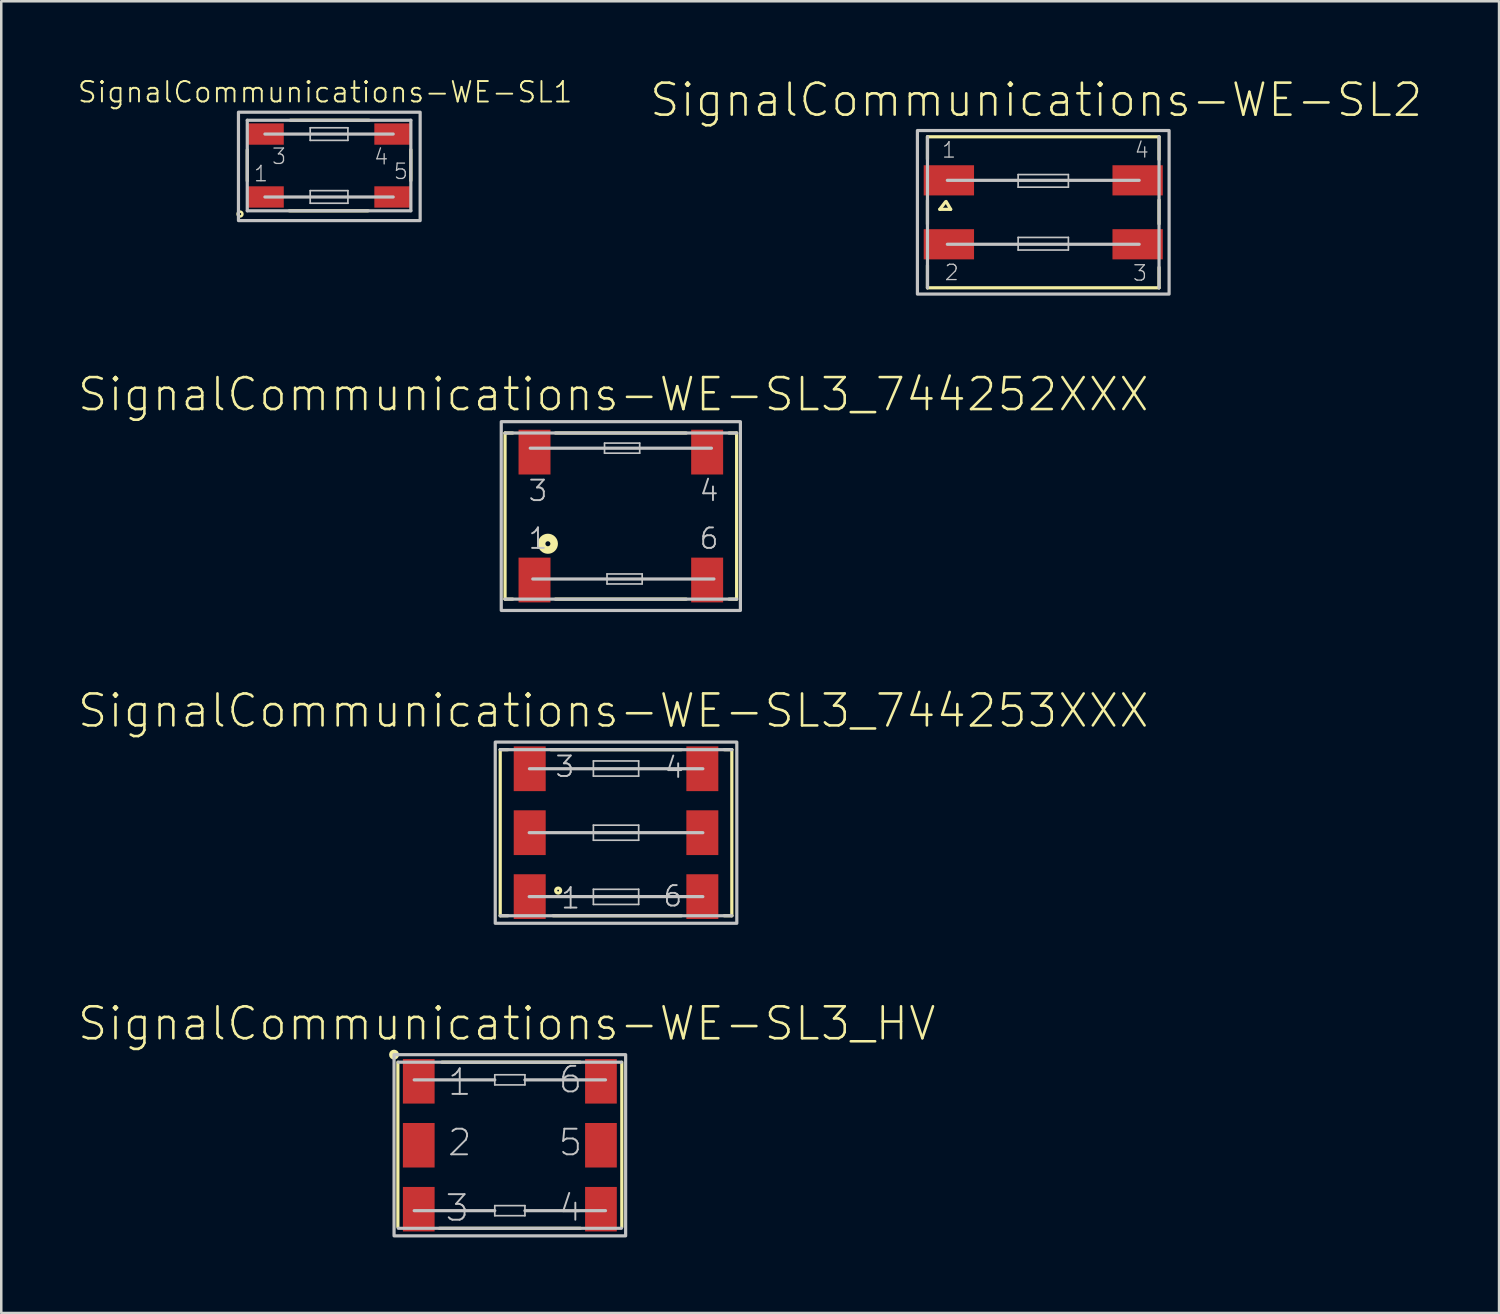
<source format=kicad_pcb>
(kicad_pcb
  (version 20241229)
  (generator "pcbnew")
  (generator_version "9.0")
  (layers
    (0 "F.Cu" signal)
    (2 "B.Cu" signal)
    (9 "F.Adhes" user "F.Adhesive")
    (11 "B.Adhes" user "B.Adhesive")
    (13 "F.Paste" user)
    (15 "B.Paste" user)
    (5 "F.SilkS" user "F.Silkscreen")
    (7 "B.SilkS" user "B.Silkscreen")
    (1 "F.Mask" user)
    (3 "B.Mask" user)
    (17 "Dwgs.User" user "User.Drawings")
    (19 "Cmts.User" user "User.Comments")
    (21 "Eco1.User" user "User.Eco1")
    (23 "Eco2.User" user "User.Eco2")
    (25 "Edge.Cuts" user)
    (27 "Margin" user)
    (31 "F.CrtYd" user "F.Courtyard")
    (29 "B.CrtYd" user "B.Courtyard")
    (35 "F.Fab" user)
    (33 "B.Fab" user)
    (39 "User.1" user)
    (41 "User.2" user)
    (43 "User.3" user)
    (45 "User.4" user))
  (footprint "SignalCommunications-WE-SL2"
    (layer "F.Cu")
    (at 38.394 5.384)
    (property "Reference" "SignalCommunications-WE-SL2" (at -0.279 -4.463 0) (layer "F.SilkS") (effects (font (size 1.27 1.27) (thickness 0.102))))
    (attr smd)
    (fp_line (start -4.6 -2.108) (end -4.6 -3) (stroke (width 0.127) (type solid)) (layer "F.SilkS"))
    (fp_line (start -4.6 -0.478) (end -4.6 0.47) (stroke (width 0.127) (type solid)) (layer "F.SilkS"))
    (fp_line (start -4.6 2.108) (end -4.6 3) (stroke (width 0.127) (type solid)) (layer "F.SilkS"))
    (fp_line (start -4.6 3) (end 4.6 3) (stroke (width 0.127) (type solid)) (layer "F.SilkS"))
    (fp_line (start -4.11 -0.119) (end -3.678 -0.119) (stroke (width 0.127) (type solid)) (layer "F.SilkS"))
    (fp_line (start -3.889 -0.409) (end -4.11 -0.119) (stroke (width 0.127) (type solid)) (layer "F.SilkS"))
    (fp_line (start -3.678 -0.119) (end -3.858 -0.429) (stroke (width 0.127) (type solid)) (layer "F.SilkS"))
    (fp_line (start 4.6 -3) (end -4.6 -3) (stroke (width 0.127) (type solid)) (layer "F.SilkS"))
    (fp_line (start 4.6 -2.098) (end 4.6 -3) (stroke (width 0.127) (type solid)) (layer "F.SilkS"))
    (fp_line (start 4.6 -0.488) (end 4.6 0.46) (stroke (width 0.127) (type solid)) (layer "F.SilkS"))
    (fp_line (start 4.6 2.189) (end 4.6 3) (stroke (width 0.127) (type solid)) (layer "F.SilkS"))
    (fp_line (start -4.6 -3) (end -4.6 3) (stroke (width 0.127) (type solid)) (layer "Dwgs.User"))
    (fp_line (start -0.998 -1.499) (end 0.998 -1.499) (stroke (width 0.066) (type solid)) (layer "Dwgs.User"))
    (fp_line (start -0.998 -0.998) (end -0.998 -1.499) (stroke (width 0.066) (type solid)) (layer "Dwgs.User"))
    (fp_line (start -0.998 -0.998) (end 0.998 -0.998) (stroke (width 0.066) (type solid)) (layer "Dwgs.User"))
    (fp_line (start -0.998 0.998) (end 0.998 0.998) (stroke (width 0.066) (type solid)) (layer "Dwgs.User"))
    (fp_line (start -0.998 1.499) (end -0.998 0.998) (stroke (width 0.066) (type solid)) (layer "Dwgs.User"))
    (fp_line (start -0.998 1.499) (end 0.998 1.499) (stroke (width 0.066) (type solid)) (layer "Dwgs.User"))
    (fp_line (start 0.998 -0.998) (end 0.998 -1.499) (stroke (width 0.066) (type solid)) (layer "Dwgs.User"))
    (fp_line (start 0.998 1.499) (end 0.998 0.998) (stroke (width 0.066) (type solid)) (layer "Dwgs.User"))
    (fp_line (start 3.81 -1.27) (end -3.81 -1.27) (stroke (width 0.127) (type solid)) (layer "Dwgs.User"))
    (fp_line (start 3.81 1.27) (end -3.81 1.27) (stroke (width 0.127) (type solid)) (layer "Dwgs.User"))
    (fp_line (start 4.6 3) (end 4.6 -3) (stroke (width 0.127) (type solid)) (layer "Dwgs.User"))
    (fp_poly (pts (xy -4.999 -3.249) (xy 4.999 -3.249) (xy 4.999 3.249) (xy -4.999 3.249) (xy -4.999 -3.249)) (stroke (width 0.127) (type solid)) (fill no) (layer "Dwgs.User"))
    (fp_text user "3" (at 3.843 2.413 0) (layer "Dwgs.User") (effects (font (size 0.61 0.61) (thickness 0.051))))
    (fp_text user "4" (at 3.914 -2.474 0) (layer "Dwgs.User") (effects (font (size 0.61 0.61) (thickness 0.051))))
    (fp_text user "1" (at -3.744 -2.474 0) (layer "Dwgs.User") (effects (font (size 0.61 0.61) (thickness 0.051))))
    (fp_text user "2" (at -3.635 2.393 0) (layer "Dwgs.User") (effects (font (size 0.61 0.61) (thickness 0.051))))
    (pad "1" smd rect (at -3.749 -1.27 180) (size 1.999 1.199) (layers "F.Cu" "F.Mask" "F.Paste"))
    (pad "2" smd rect (at -3.749 1.27 180) (size 1.999 1.199) (layers "F.Cu" "F.Mask" "F.Paste"))
    (pad "3" smd rect (at 3.749 1.27 180) (size 1.999 1.199) (layers "F.Cu" "F.Mask" "F.Paste"))
    (pad "4" smd rect (at 3.749 -1.27 180) (size 1.999 1.199) (layers "F.Cu" "F.Mask" "F.Paste")))
  (footprint "SignalCommunications-WE-SL3_744252XXX"
    (layer "F.Cu")
    (at 21.613 17.451)
    (property "Reference" "SignalCommunications-WE-SL3_744252XXX" (at -0.3 -4.834 0) (layer "F.SilkS") (effects (font (size 1.27 1.27) (thickness 0.102))))
    (attr smd)
    (fp_line (start -4.6 -3.299) (end -4.6 3.299) (stroke (width 0.127) (type solid)) (layer "F.SilkS"))
    (fp_line (start -4.298 -3.299) (end -4.6 -3.299) (stroke (width 0.127) (type solid)) (layer "F.SilkS"))
    (fp_line (start -4.298 3.299) (end -4.6 3.299) (stroke (width 0.127) (type solid)) (layer "F.SilkS"))
    (fp_line (start -2.598 -3.299) (end 2.598 -3.299) (stroke (width 0.127) (type solid)) (layer "F.SilkS"))
    (fp_line (start -2.598 3.299) (end 2.598 3.299) (stroke (width 0.127) (type solid)) (layer "F.SilkS"))
    (fp_line (start 4.298 -3.299) (end 4.6 -3.299) (stroke (width 0.127) (type solid)) (layer "F.SilkS"))
    (fp_line (start 4.298 3.299) (end 4.6 3.299) (stroke (width 0.127) (type solid)) (layer "F.SilkS"))
    (fp_line (start 4.6 -3.299) (end 4.6 3.299) (stroke (width 0.127) (type solid)) (layer "F.SilkS"))
    (fp_circle (center -2.898 1.1) (end -2.898 1.001) (stroke (width 0.3) (type solid)) (fill no) (layer "F.SilkS"))
    (fp_line (start -4.6 -3.299) (end 4.6 -3.299) (stroke (width 0.127) (type solid)) (layer "Dwgs.User"))
    (fp_line (start -4.6 3.299) (end 4.6 3.299) (stroke (width 0.127) (type solid)) (layer "Dwgs.User"))
    (fp_line (start -3.599 -2.697) (end 3.599 -2.697) (stroke (width 0.127) (type solid)) (layer "Dwgs.User"))
    (fp_line (start -3.498 2.499) (end 3.698 2.499) (stroke (width 0.127) (type solid)) (layer "Dwgs.User"))
    (fp_line (start -0.648 -2.898) (end 0.749 -2.898) (stroke (width 0.066) (type solid)) (layer "Dwgs.User"))
    (fp_line (start -0.648 -2.499) (end -0.648 -2.898) (stroke (width 0.066) (type solid)) (layer "Dwgs.User"))
    (fp_line (start -0.648 -2.499) (end 0.749 -2.499) (stroke (width 0.066) (type solid)) (layer "Dwgs.User"))
    (fp_line (start -0.549 2.299) (end 0.848 2.299) (stroke (width 0.066) (type solid)) (layer "Dwgs.User"))
    (fp_line (start -0.549 2.697) (end -0.549 2.299) (stroke (width 0.066) (type solid)) (layer "Dwgs.User"))
    (fp_line (start -0.549 2.697) (end 0.848 2.697) (stroke (width 0.066) (type solid)) (layer "Dwgs.User"))
    (fp_line (start 0.749 -2.499) (end 0.749 -2.898) (stroke (width 0.066) (type solid)) (layer "Dwgs.User"))
    (fp_line (start 0.848 2.697) (end 0.848 2.299) (stroke (width 0.066) (type solid)) (layer "Dwgs.User"))
    (fp_poly (pts (xy -4.75 -3.749) (xy 4.75 -3.749) (xy 4.75 3.749) (xy -4.75 3.749) (xy -4.75 -3.749)) (stroke (width 0.127) (type solid)) (fill no) (layer "Dwgs.User"))
    (fp_text user "4" (at 3.505 -1.006 0) (layer "Dwgs.User") (effects (font (size 0.813 0.813) (thickness 0.076))))
    (fp_text user "3" (at -3.292 -1.006 0) (layer "Dwgs.User") (effects (font (size 0.813 0.813) (thickness 0.076))))
    (fp_text user "1" (at -3.292 0.892 0) (layer "Dwgs.User") (effects (font (size 0.813 0.813) (thickness 0.076))))
    (fp_text user "6" (at 3.505 0.892 0) (layer "Dwgs.User") (effects (font (size 0.813 0.813) (thickness 0.076))))
    (pad "1" smd rect (at -3.429 2.54 180) (size 1.27 1.778) (layers "F.Cu" "F.Mask" "F.Paste"))
    (pad "3" smd rect (at -3.429 -2.54 180) (size 1.27 1.778) (layers "F.Cu" "F.Mask" "F.Paste"))
    (pad "4" smd rect (at 3.429 -2.54 180) (size 1.27 1.778) (layers "F.Cu" "F.Mask" "F.Paste"))
    (pad "6" smd rect (at 3.429 2.54 180) (size 1.27 1.778) (layers "F.Cu" "F.Mask" "F.Paste")))
  (footprint "SignalCommunications-WE-SL1"
    (layer "F.Cu")
    (at 10.022 3.525)
    (property "Reference" "SignalCommunications-WE-SL1" (at -0.157 -2.916 0) (layer "F.SilkS") (effects (font (size 0.813 0.813) (thickness 0.076))))
    (attr smd)
    (fp_line (start -3.249 -0.62) (end -3.249 0.61) (stroke (width 0.127) (type solid)) (layer "F.SilkS"))
    (fp_line (start -1.58 1.798) (end 1.549 1.798) (stroke (width 0.127) (type solid)) (layer "F.SilkS"))
    (fp_line (start -1.539 -1.798) (end 1.587 -1.798) (stroke (width 0.127) (type solid)) (layer "F.SilkS"))
    (fp_line (start 3.249 -0.63) (end 3.249 0.599) (stroke (width 0.127) (type solid)) (layer "F.SilkS"))
    (fp_circle (center -3.538 1.928) (end -3.538 1.88) (stroke (width 0.099) (type solid)) (fill no) (layer "F.SilkS"))
    (fp_line (start -3.249 -1.798) (end 3.249 -1.798) (stroke (width 0.127) (type solid)) (layer "Dwgs.User"))
    (fp_line (start -3.249 1.798) (end -3.249 -1.798) (stroke (width 0.127) (type solid)) (layer "Dwgs.User"))
    (fp_line (start -2.548 -1.25) (end 2.548 -1.25) (stroke (width 0.127) (type solid)) (layer "Dwgs.User"))
    (fp_line (start -2.548 1.25) (end 2.548 1.25) (stroke (width 0.127) (type solid)) (layer "Dwgs.User"))
    (fp_line (start -0.749 -1.499) (end 0.749 -1.499) (stroke (width 0.066) (type solid)) (layer "Dwgs.User"))
    (fp_line (start -0.749 -0.998) (end -0.749 -1.499) (stroke (width 0.066) (type solid)) (layer "Dwgs.User"))
    (fp_line (start -0.749 -0.998) (end 0.749 -0.998) (stroke (width 0.066) (type solid)) (layer "Dwgs.User"))
    (fp_line (start -0.749 0.998) (end 0.749 0.998) (stroke (width 0.066) (type solid)) (layer "Dwgs.User"))
    (fp_line (start -0.749 1.499) (end -0.749 0.998) (stroke (width 0.066) (type solid)) (layer "Dwgs.User"))
    (fp_line (start -0.749 1.499) (end 0.749 1.499) (stroke (width 0.066) (type solid)) (layer "Dwgs.User"))
    (fp_line (start 0.749 -0.998) (end 0.749 -1.499) (stroke (width 0.066) (type solid)) (layer "Dwgs.User"))
    (fp_line (start 0.749 1.499) (end 0.749 0.998) (stroke (width 0.066) (type solid)) (layer "Dwgs.User"))
    (fp_line (start 3.249 -1.798) (end 3.249 1.798) (stroke (width 0.127) (type solid)) (layer "Dwgs.User"))
    (fp_line (start 3.249 1.798) (end -3.249 1.798) (stroke (width 0.127) (type solid)) (layer "Dwgs.User"))
    (fp_poly (pts (xy -3.599 -2.118) (xy 3.619 -2.118) (xy 3.619 2.189) (xy -3.599 2.189) (xy -3.599 -2.118)) (stroke (width 0.127) (type solid)) (fill no) (layer "Dwgs.User"))
    (fp_text user "5" (at 2.852 0.234 0) (layer "Dwgs.User") (effects (font (size 0.61 0.61) (thickness 0.051))))
    (fp_text user "4" (at 2.073 -0.343 0) (layer "Dwgs.User") (effects (font (size 0.61 0.61) (thickness 0.051))))
    (fp_text user "1" (at -2.705 0.325 0) (layer "Dwgs.User") (effects (font (size 0.61 0.61) (thickness 0.051))))
    (fp_text user "3" (at -1.984 -0.363 0) (layer "Dwgs.User") (effects (font (size 0.61 0.61) (thickness 0.051))))
    (pad "1" smd rect (at -2.548 1.25) (size 1.499 0.848) (layers "F.Cu" "F.Mask" "F.Paste"))
    (pad "3" smd rect (at -2.548 -1.25) (size 1.499 0.848) (layers "F.Cu" "F.Mask" "F.Paste"))
    (pad "4" smd rect (at 2.548 -1.25) (size 1.499 0.848) (layers "F.Cu" "F.Mask" "F.Paste"))
    (pad "5" smd rect (at 2.548 1.25) (size 1.499 0.848) (layers "F.Cu" "F.Mask" "F.Paste")))
  (footprint "SignalCommunications-WE-SL3_744253XXX"
    (layer "F.Cu")
    (at 21.422 30.029)
    (property "Reference" "SignalCommunications-WE-SL3_744253XXX" (at -0.109 -4.844 0) (layer "F.SilkS") (effects (font (size 1.27 1.27) (thickness 0.102))))
    (attr smd)
    (fp_line (start -4.6 3.299) (end -4.6 -3.299) (stroke (width 0.127) (type solid)) (layer "F.SilkS"))
    (fp_line (start -4.298 -3.299) (end -4.6 -3.299) (stroke (width 0.127) (type solid)) (layer "F.SilkS"))
    (fp_line (start -4.298 3.299) (end -4.6 3.299) (stroke (width 0.127) (type solid)) (layer "F.SilkS"))
    (fp_line (start -2.598 -3.299) (end 2.598 -3.299) (stroke (width 0.127) (type solid)) (layer "F.SilkS"))
    (fp_line (start -2.499 3.299) (end 2.598 3.299) (stroke (width 0.127) (type solid)) (layer "F.SilkS"))
    (fp_line (start 4.298 -3.299) (end 4.6 -3.299) (stroke (width 0.127) (type solid)) (layer "F.SilkS"))
    (fp_line (start 4.298 3.299) (end 4.6 3.299) (stroke (width 0.127) (type solid)) (layer "F.SilkS"))
    (fp_line (start 4.6 -3.299) (end 4.6 3.299) (stroke (width 0.127) (type solid)) (layer "F.SilkS"))
    (fp_circle (center -2.299 2.299) (end -2.299 2.2) (stroke (width 0.127) (type solid)) (fill no) (layer "F.SilkS"))
    (fp_line (start -4.6 -3.299) (end 4.6 -3.299) (stroke (width 0.127) (type solid)) (layer "Dwgs.User"))
    (fp_line (start -3.449 0) (end 3.449 0) (stroke (width 0.127) (type solid)) (layer "Dwgs.User"))
    (fp_line (start -3.449 2.54) (end 3.449 2.54) (stroke (width 0.127) (type solid)) (layer "Dwgs.User"))
    (fp_line (start -3.439 -2.54) (end 3.449 -2.54) (stroke (width 0.127) (type solid)) (layer "Dwgs.User"))
    (fp_line (start -0.899 -2.85) (end 0.899 -2.85) (stroke (width 0.066) (type solid)) (layer "Dwgs.User"))
    (fp_line (start -0.899 -2.248) (end -0.899 -2.85) (stroke (width 0.066) (type solid)) (layer "Dwgs.User"))
    (fp_line (start -0.899 -2.248) (end 0.899 -2.248) (stroke (width 0.066) (type solid)) (layer "Dwgs.User"))
    (fp_line (start -0.899 -0.3) (end 0.899 -0.3) (stroke (width 0.066) (type solid)) (layer "Dwgs.User"))
    (fp_line (start -0.899 0.3) (end -0.899 -0.3) (stroke (width 0.066) (type solid)) (layer "Dwgs.User"))
    (fp_line (start -0.899 0.3) (end 0.899 0.3) (stroke (width 0.066) (type solid)) (layer "Dwgs.User"))
    (fp_line (start -0.899 2.248) (end 0.899 2.248) (stroke (width 0.066) (type solid)) (layer "Dwgs.User"))
    (fp_line (start -0.899 2.85) (end -0.899 2.248) (stroke (width 0.066) (type solid)) (layer "Dwgs.User"))
    (fp_line (start -0.899 2.85) (end 0.899 2.85) (stroke (width 0.066) (type solid)) (layer "Dwgs.User"))
    (fp_line (start 0.899 -2.248) (end 0.899 -2.85) (stroke (width 0.066) (type solid)) (layer "Dwgs.User"))
    (fp_line (start 0.899 0.3) (end 0.899 -0.3) (stroke (width 0.066) (type solid)) (layer "Dwgs.User"))
    (fp_line (start 0.899 2.85) (end 0.899 2.248) (stroke (width 0.066) (type solid)) (layer "Dwgs.User"))
    (fp_line (start 4.6 3.299) (end -4.6 3.299) (stroke (width 0.127) (type solid)) (layer "Dwgs.User"))
    (fp_poly (pts (xy -4.798 -3.599) (xy 4.798 -3.599) (xy 4.798 3.599) (xy -4.798 3.599) (xy -4.798 -3.599)) (stroke (width 0.127) (type solid)) (fill no) (layer "Dwgs.User"))
    (fp_text user "3" (at -2.032 -2.626 0) (layer "Dwgs.User") (effects (font (size 0.813 0.813) (thickness 0.076))))
    (fp_text user "1" (at -1.803 2.603 0) (layer "Dwgs.User") (effects (font (size 0.813 0.813) (thickness 0.076))))
    (fp_text user "4" (at 2.314 -2.586 0) (layer "Dwgs.User") (effects (font (size 0.813 0.813) (thickness 0.076))))
    (fp_text user "6" (at 2.256 2.522 0) (layer "Dwgs.User") (effects (font (size 0.813 0.813) (thickness 0.076))))
    (pad "1" smd rect (at -3.429 2.54) (size 1.27 1.778) (layers "F.Cu" "F.Mask" "F.Paste"))
    (pad "2" smd rect (at -3.429 0) (size 1.27 1.778) (layers "F.Cu" "F.Mask" "F.Paste"))
    (pad "3" smd rect (at -3.429 -2.54) (size 1.27 1.778) (layers "F.Cu" "F.Mask" "F.Paste"))
    (pad "4" smd rect (at 3.429 -2.54) (size 1.27 1.778) (layers "F.Cu" "F.Mask" "F.Paste"))
    (pad "5" smd rect (at 3.429 0) (size 1.27 1.778) (layers "F.Cu" "F.Mask" "F.Paste"))
    (pad "6" smd rect (at 3.429 2.54) (size 1.27 1.778) (layers "F.Cu" "F.Mask" "F.Paste")))
  (footprint "SignalCommunications-WE-SL3_HV"
    (layer "F.Cu")
    (at 17.204 42.446)
    (property "Reference" "SignalCommunications-WE-SL3_HV" (at -0.124 -4.834 0) (layer "F.SilkS") (effects (font (size 1.27 1.27) (thickness 0.102))))
    (attr smd)
    (fp_line (start -4.448 -3.299) (end -4.448 3.249) (stroke (width 0.127) (type solid)) (layer "F.SilkS"))
    (fp_line (start -2.799 3.299) (end 2.799 3.299) (stroke (width 0.127) (type solid)) (layer "F.SilkS"))
    (fp_line (start -2.697 -3.299) (end 2.799 -3.299) (stroke (width 0.127) (type solid)) (layer "F.SilkS"))
    (fp_line (start 4.448 -3.299) (end 4.448 3.249) (stroke (width 0.127) (type solid)) (layer "F.SilkS"))
    (fp_circle (center -4.6 -3.599) (end -4.6 -3.698) (stroke (width 0.198) (type solid)) (fill no) (layer "F.SilkS"))
    (fp_line (start -4.43 -3.299) (end 4.43 -3.299) (stroke (width 0.127) (type solid)) (layer "Dwgs.User"))
    (fp_line (start -3.8 -2.598) (end -0.599 -2.598) (stroke (width 0.127) (type solid)) (layer "Dwgs.User"))
    (fp_line (start -3.8 2.598) (end -0.599 2.598) (stroke (width 0.127) (type solid)) (layer "Dwgs.User"))
    (fp_line (start -0.599 -2.799) (end 0.599 -2.799) (stroke (width 0.066) (type solid)) (layer "Dwgs.User"))
    (fp_line (start -0.599 -2.398) (end -0.599 -2.799) (stroke (width 0.066) (type solid)) (layer "Dwgs.User"))
    (fp_line (start -0.599 -2.398) (end 0.599 -2.398) (stroke (width 0.066) (type solid)) (layer "Dwgs.User"))
    (fp_line (start -0.599 2.398) (end 0.599 2.398) (stroke (width 0.066) (type solid)) (layer "Dwgs.User"))
    (fp_line (start -0.599 2.799) (end -0.599 2.398) (stroke (width 0.066) (type solid)) (layer "Dwgs.User"))
    (fp_line (start -0.599 2.799) (end 0.599 2.799) (stroke (width 0.066) (type solid)) (layer "Dwgs.User"))
    (fp_line (start 0.599 -2.598) (end 3.8 -2.598) (stroke (width 0.127) (type solid)) (layer "Dwgs.User"))
    (fp_line (start 0.599 -2.398) (end 0.599 -2.799) (stroke (width 0.066) (type solid)) (layer "Dwgs.User"))
    (fp_line (start 0.599 2.598) (end 3.8 2.598) (stroke (width 0.127) (type solid)) (layer "Dwgs.User"))
    (fp_line (start 0.599 2.799) (end 0.599 2.398) (stroke (width 0.066) (type solid)) (layer "Dwgs.User"))
    (fp_line (start 4.43 3.299) (end -4.43 3.299) (stroke (width 0.127) (type solid)) (layer "Dwgs.User"))
    (fp_poly (pts (xy -4.6 -3.599) (xy 4.6 -3.599) (xy 4.6 3.599) (xy -4.6 3.599) (xy -4.6 -3.599)) (stroke (width 0.127) (type solid)) (fill no) (layer "Dwgs.User"))
    (fp_text user "1" (at -1.991 -2.507 0) (layer "Dwgs.User") (effects (font (size 1.016 1.016) (thickness 0.076))))
    (fp_text user "5" (at 2.408 -0.107 0) (layer "Dwgs.User") (effects (font (size 1.016 1.016) (thickness 0.076))))
    (fp_text user "2" (at -1.991 -0.107 0) (layer "Dwgs.User") (effects (font (size 1.016 1.016) (thickness 0.076))))
    (fp_text user "3" (at -2.09 2.492 0) (layer "Dwgs.User") (effects (font (size 1.016 1.016) (thickness 0.076))))
    (fp_text user "6" (at 2.408 -2.606 0) (layer "Dwgs.User") (effects (font (size 1.016 1.016) (thickness 0.076))))
    (fp_text user "4" (at 2.408 2.492 0) (layer "Dwgs.User") (effects (font (size 1.016 1.016) (thickness 0.076))))
    (pad "1" smd rect (at -3.619 -2.54) (size 1.26 1.768) (layers "F.Cu" "F.Mask" "F.Paste"))
    (pad "2" smd rect (at -3.619 0) (size 1.26 1.768) (layers "F.Cu" "F.Mask" "F.Paste"))
    (pad "3" smd rect (at -3.619 2.54) (size 1.26 1.768) (layers "F.Cu" "F.Mask" "F.Paste"))
    (pad "4" smd rect (at 3.619 2.54) (size 1.26 1.768) (layers "F.Cu" "F.Mask" "F.Paste"))
    (pad "5" smd rect (at 3.619 0) (size 1.26 1.768) (layers "F.Cu" "F.Mask" "F.Paste"))
    (pad "6" smd rect (at 3.619 -2.54) (size 1.26 1.768) (layers "F.Cu" "F.Mask" "F.Paste")))
  (gr_rect
    (start -3 -3)
    (end 56.501 49.109)
    (stroke (width 0.1) (type default))
    (fill no)
    (layer "Edge.Cuts")))
</source>
